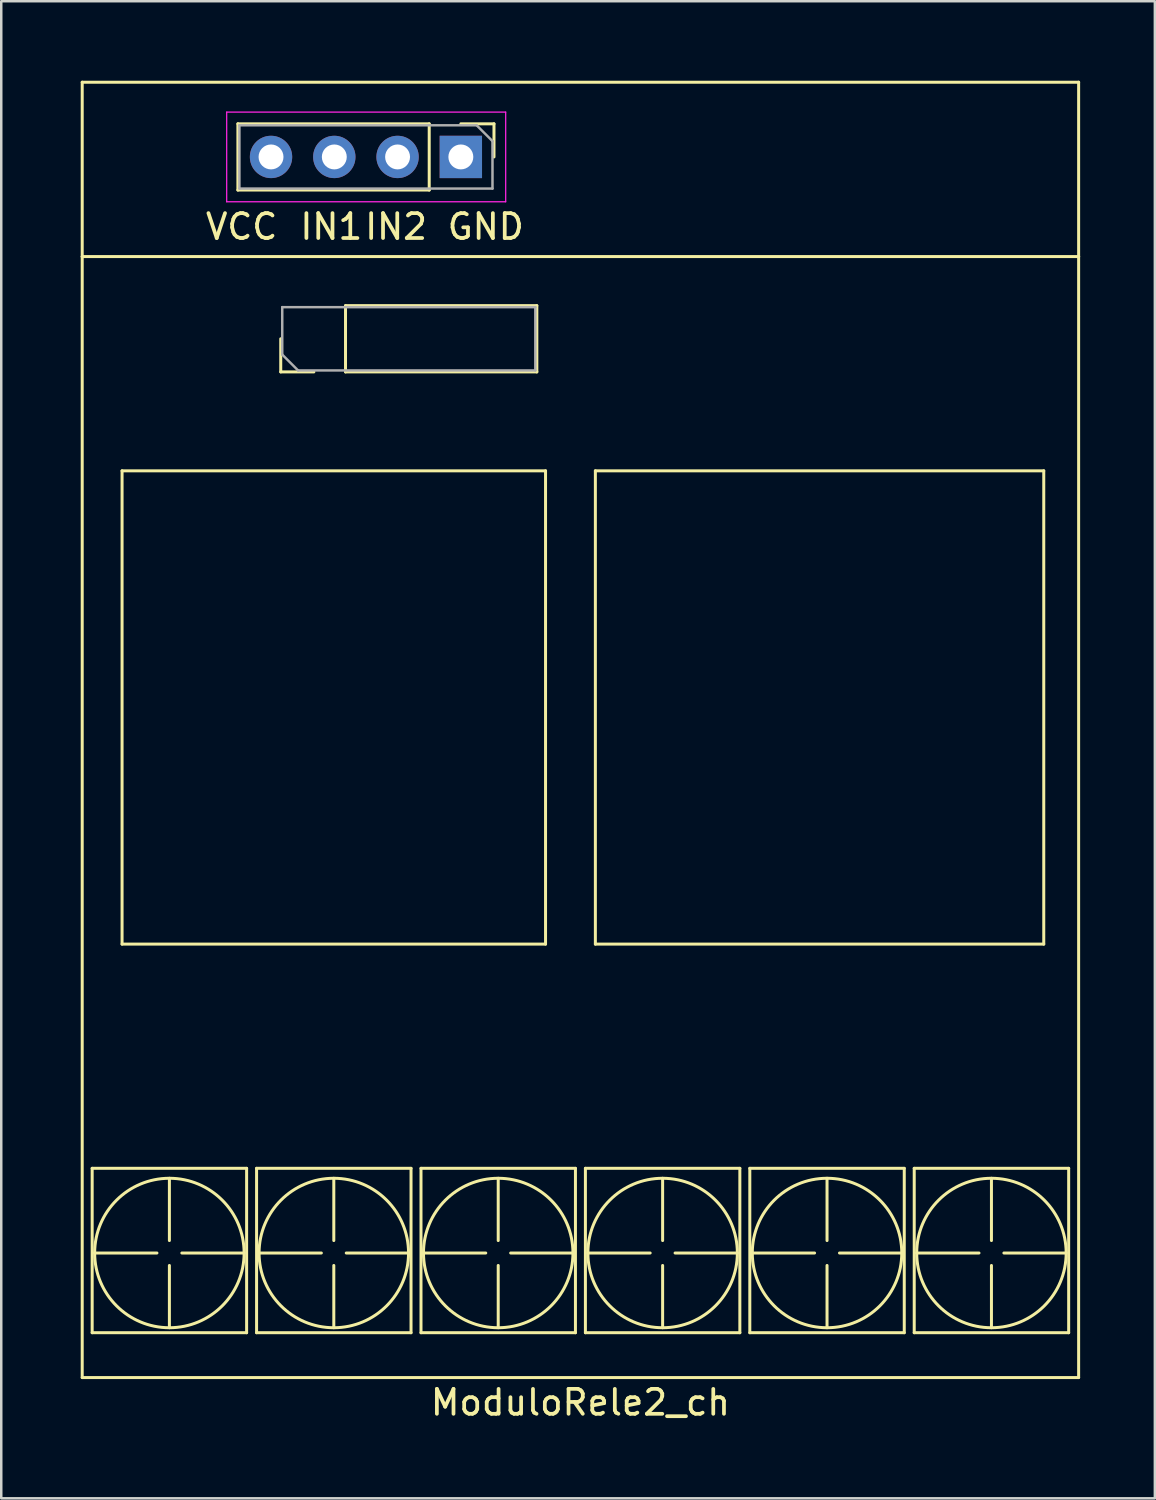
<source format=kicad_pcb>
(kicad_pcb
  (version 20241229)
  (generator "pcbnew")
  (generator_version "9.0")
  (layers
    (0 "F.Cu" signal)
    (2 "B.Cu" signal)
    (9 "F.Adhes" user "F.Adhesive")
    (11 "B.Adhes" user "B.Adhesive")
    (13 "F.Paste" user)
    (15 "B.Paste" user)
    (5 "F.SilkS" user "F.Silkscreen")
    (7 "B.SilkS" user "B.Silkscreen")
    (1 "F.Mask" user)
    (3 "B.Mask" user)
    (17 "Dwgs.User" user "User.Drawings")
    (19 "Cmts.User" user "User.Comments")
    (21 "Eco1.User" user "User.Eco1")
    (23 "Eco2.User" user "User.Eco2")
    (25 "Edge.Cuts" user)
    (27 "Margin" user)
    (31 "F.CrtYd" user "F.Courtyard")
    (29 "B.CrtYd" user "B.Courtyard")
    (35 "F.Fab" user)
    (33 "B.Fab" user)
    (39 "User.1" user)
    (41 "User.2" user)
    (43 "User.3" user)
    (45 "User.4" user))
  (footprint "ModuloRele2_ch"
    (layer "F.Cu")
    (at 0.25 0.25)
    (property "Reference" "ModuloRele2_ch" (at 20 53 0) (layer "F.SilkS") (effects (font (size 1 1) (thickness 0.15))))
    (attr through_hole)
    (fp_line (start 0 0) (end 40 0) (stroke (width 0.12) (type solid)) (layer "F.SilkS"))
    (fp_line (start 0 7) (end 0 0) (stroke (width 0.12) (type solid)) (layer "F.SilkS"))
    (fp_line (start 0 7) (end 40 7) (stroke (width 0.12) (type solid)) (layer "F.SilkS"))
    (fp_line (start 0 52) (end 0 7) (stroke (width 0.12) (type solid)) (layer "F.SilkS"))
    (fp_line (start 0.4 43.6) (end 6.6 43.6) (stroke (width 0.12) (type solid)) (layer "F.SilkS"))
    (fp_line (start 0.4 50.2) (end 0.4 43.6) (stroke (width 0.12) (type solid)) (layer "F.SilkS"))
    (fp_line (start 1.6 15.6) (end 1.6 34.6) (stroke (width 0.12) (type solid)) (layer "F.SilkS"))
    (fp_line (start 1.6 34.6) (end 18.6 34.6) (stroke (width 0.12) (type solid)) (layer "F.SilkS"))
    (fp_line (start 3 47) (end 0.5 47) (stroke (width 0.12) (type solid)) (layer "F.SilkS"))
    (fp_line (start 3.5 46.5) (end 3.5 44) (stroke (width 0.12) (type solid)) (layer "F.SilkS"))
    (fp_line (start 3.5 47.5) (end 3.5 50) (stroke (width 0.12) (type solid)) (layer "F.SilkS"))
    (fp_line (start 4 47) (end 6.5 47) (stroke (width 0.12) (type solid)) (layer "F.SilkS"))
    (fp_line (start 6.25 1.67) (end 6.25 4.33) (stroke (width 0.12) (type solid)) (layer "F.SilkS"))
    (fp_line (start 6.6 43.6) (end 6.6 50.2) (stroke (width 0.12) (type solid)) (layer "F.SilkS"))
    (fp_line (start 6.6 50.2) (end 0.4 50.2) (stroke (width 0.12) (type solid)) (layer "F.SilkS"))
    (fp_line (start 7 43.6) (end 13.2 43.6) (stroke (width 0.12) (type solid)) (layer "F.SilkS"))
    (fp_line (start 7 50.2) (end 7 43.6) (stroke (width 0.12) (type solid)) (layer "F.SilkS"))
    (fp_line (start 7.97 11.63) (end 7.97 10.3) (stroke (width 0.12) (type solid)) (layer "F.SilkS"))
    (fp_line (start 9.3 11.63) (end 7.97 11.63) (stroke (width 0.12) (type solid)) (layer "F.SilkS"))
    (fp_line (start 9.6 47) (end 7.1 47) (stroke (width 0.12) (type solid)) (layer "F.SilkS"))
    (fp_line (start 10.1 46.5) (end 10.1 44) (stroke (width 0.12) (type solid)) (layer "F.SilkS"))
    (fp_line (start 10.1 47.5) (end 10.1 50) (stroke (width 0.12) (type solid)) (layer "F.SilkS"))
    (fp_line (start 10.57 8.97) (end 18.25 8.97) (stroke (width 0.12) (type solid)) (layer "F.SilkS"))
    (fp_line (start 10.57 11.63) (end 10.57 8.97) (stroke (width 0.12) (type solid)) (layer "F.SilkS"))
    (fp_line (start 10.57 11.63) (end 18.25 11.63) (stroke (width 0.12) (type solid)) (layer "F.SilkS"))
    (fp_line (start 10.6 47) (end 13.1 47) (stroke (width 0.12) (type solid)) (layer "F.SilkS"))
    (fp_line (start 13.2 43.6) (end 13.2 50.2) (stroke (width 0.12) (type solid)) (layer "F.SilkS"))
    (fp_line (start 13.2 50.2) (end 7 50.2) (stroke (width 0.12) (type solid)) (layer "F.SilkS"))
    (fp_line (start 13.6 43.6) (end 19.8 43.6) (stroke (width 0.12) (type solid)) (layer "F.SilkS"))
    (fp_line (start 13.6 50.2) (end 13.6 43.6) (stroke (width 0.12) (type solid)) (layer "F.SilkS"))
    (fp_line (start 13.93 1.67) (end 6.25 1.67) (stroke (width 0.12) (type solid)) (layer "F.SilkS"))
    (fp_line (start 13.93 1.67) (end 13.93 4.33) (stroke (width 0.12) (type solid)) (layer "F.SilkS"))
    (fp_line (start 13.93 4.33) (end 6.25 4.33) (stroke (width 0.12) (type solid)) (layer "F.SilkS"))
    (fp_line (start 15.2 1.67) (end 16.53 1.67) (stroke (width 0.12) (type solid)) (layer "F.SilkS"))
    (fp_line (start 16.2 47) (end 13.7 47) (stroke (width 0.12) (type solid)) (layer "F.SilkS"))
    (fp_line (start 16.53 1.67) (end 16.53 3) (stroke (width 0.12) (type solid)) (layer "F.SilkS"))
    (fp_line (start 16.7 46.5) (end 16.7 44) (stroke (width 0.12) (type solid)) (layer "F.SilkS"))
    (fp_line (start 16.7 47.5) (end 16.7 50) (stroke (width 0.12) (type solid)) (layer "F.SilkS"))
    (fp_line (start 17.2 47) (end 19.7 47) (stroke (width 0.12) (type solid)) (layer "F.SilkS"))
    (fp_line (start 18.25 11.63) (end 18.25 8.97) (stroke (width 0.12) (type solid)) (layer "F.SilkS"))
    (fp_line (start 18.6 15.6) (end 1.6 15.6) (stroke (width 0.12) (type solid)) (layer "F.SilkS"))
    (fp_line (start 18.6 34.6) (end 18.6 15.6) (stroke (width 0.12) (type solid)) (layer "F.SilkS"))
    (fp_line (start 19.8 43.6) (end 19.8 50.2) (stroke (width 0.12) (type solid)) (layer "F.SilkS"))
    (fp_line (start 19.8 50.2) (end 13.6 50.2) (stroke (width 0.12) (type solid)) (layer "F.SilkS"))
    (fp_line (start 20.2 43.6) (end 26.4 43.6) (stroke (width 0.12) (type solid)) (layer "F.SilkS"))
    (fp_line (start 20.2 50.2) (end 20.2 43.6) (stroke (width 0.12) (type solid)) (layer "F.SilkS"))
    (fp_line (start 20.6 15.6) (end 38.6 15.6) (stroke (width 0.12) (type solid)) (layer "F.SilkS"))
    (fp_line (start 20.6 34.6) (end 20.6 15.6) (stroke (width 0.12) (type solid)) (layer "F.SilkS"))
    (fp_line (start 22.8 47) (end 20.3 47) (stroke (width 0.12) (type solid)) (layer "F.SilkS"))
    (fp_line (start 23.3 46.5) (end 23.3 44) (stroke (width 0.12) (type solid)) (layer "F.SilkS"))
    (fp_line (start 23.3 47.5) (end 23.3 50) (stroke (width 0.12) (type solid)) (layer "F.SilkS"))
    (fp_line (start 23.8 47) (end 26.3 47) (stroke (width 0.12) (type solid)) (layer "F.SilkS"))
    (fp_line (start 26.4 43.6) (end 26.4 50.2) (stroke (width 0.12) (type solid)) (layer "F.SilkS"))
    (fp_line (start 26.4 50.2) (end 20.2 50.2) (stroke (width 0.12) (type solid)) (layer "F.SilkS"))
    (fp_line (start 26.8 43.6) (end 33 43.6) (stroke (width 0.12) (type solid)) (layer "F.SilkS"))
    (fp_line (start 26.8 50.2) (end 26.8 43.6) (stroke (width 0.12) (type solid)) (layer "F.SilkS"))
    (fp_line (start 29.4 47) (end 26.9 47) (stroke (width 0.12) (type solid)) (layer "F.SilkS"))
    (fp_line (start 29.9 46.5) (end 29.9 44) (stroke (width 0.12) (type solid)) (layer "F.SilkS"))
    (fp_line (start 29.9 47.5) (end 29.9 50) (stroke (width 0.12) (type solid)) (layer "F.SilkS"))
    (fp_line (start 30.4 47) (end 32.9 47) (stroke (width 0.12) (type solid)) (layer "F.SilkS"))
    (fp_line (start 33 43.6) (end 33 50.2) (stroke (width 0.12) (type solid)) (layer "F.SilkS"))
    (fp_line (start 33 50.2) (end 26.8 50.2) (stroke (width 0.12) (type solid)) (layer "F.SilkS"))
    (fp_line (start 33.4 43.6) (end 39.6 43.6) (stroke (width 0.12) (type solid)) (layer "F.SilkS"))
    (fp_line (start 33.4 50.2) (end 33.4 43.6) (stroke (width 0.12) (type solid)) (layer "F.SilkS"))
    (fp_line (start 36 47) (end 33.5 47) (stroke (width 0.12) (type solid)) (layer "F.SilkS"))
    (fp_line (start 36.5 46.5) (end 36.5 44) (stroke (width 0.12) (type solid)) (layer "F.SilkS"))
    (fp_line (start 36.5 47.5) (end 36.5 50) (stroke (width 0.12) (type solid)) (layer "F.SilkS"))
    (fp_line (start 37 47) (end 39.5 47) (stroke (width 0.12) (type solid)) (layer "F.SilkS"))
    (fp_line (start 38.6 15.6) (end 38.6 34.6) (stroke (width 0.12) (type solid)) (layer "F.SilkS"))
    (fp_line (start 38.6 34.6) (end 20.6 34.6) (stroke (width 0.12) (type solid)) (layer "F.SilkS"))
    (fp_line (start 39.6 43.6) (end 39.6 50.2) (stroke (width 0.12) (type solid)) (layer "F.SilkS"))
    (fp_line (start 39.6 50.2) (end 33.4 50.2) (stroke (width 0.12) (type solid)) (layer "F.SilkS"))
    (fp_line (start 40 0) (end 40 7) (stroke (width 0.12) (type solid)) (layer "F.SilkS"))
    (fp_line (start 40 7) (end 40 52) (stroke (width 0.12) (type solid)) (layer "F.SilkS"))
    (fp_line (start 40 52) (end 0 52) (stroke (width 0.12) (type solid)) (layer "F.SilkS"))
    (fp_circle (center 3.5 47) (end 6.5 47) (stroke (width 0.12) (type solid)) (fill no) (layer "F.SilkS"))
    (fp_circle (center 10.1 47) (end 13.1 47) (stroke (width 0.12) (type solid)) (fill no) (layer "F.SilkS"))
    (fp_circle (center 16.7 47) (end 19.7 47) (stroke (width 0.12) (type solid)) (fill no) (layer "F.SilkS"))
    (fp_circle (center 23.3 47) (end 26.3 47) (stroke (width 0.12) (type solid)) (fill no) (layer "F.SilkS"))
    (fp_circle (center 29.9 47) (end 32.9 47) (stroke (width 0.12) (type solid)) (fill no) (layer "F.SilkS"))
    (fp_circle (center 36.5 47) (end 39.5 47) (stroke (width 0.12) (type solid)) (fill no) (layer "F.SilkS"))
    (fp_line (start 5.8 1.2) (end 5.8 4.8) (stroke (width 0.05) (type solid)) (layer "F.CrtYd"))
    (fp_line (start 5.8 4.8) (end 17 4.8) (stroke (width 0.05) (type solid)) (layer "F.CrtYd"))
    (fp_line (start 17 1.2) (end 5.8 1.2) (stroke (width 0.05) (type solid)) (layer "F.CrtYd"))
    (fp_line (start 17 4.8) (end 17 1.2) (stroke (width 0.05) (type solid)) (layer "F.CrtYd"))
    (fp_line (start 6.31 1.73) (end 15.835 1.73) (stroke (width 0.1) (type solid)) (layer "F.Fab"))
    (fp_line (start 6.31 4.27) (end 6.31 1.73) (stroke (width 0.1) (type solid)) (layer "F.Fab"))
    (fp_line (start 8.03 9.03) (end 18.19 9.03) (stroke (width 0.1) (type solid)) (layer "F.Fab"))
    (fp_line (start 8.03 10.935) (end 8.03 9.03) (stroke (width 0.1) (type solid)) (layer "F.Fab"))
    (fp_line (start 8.665 11.57) (end 8.03 10.935) (stroke (width 0.1) (type solid)) (layer "F.Fab"))
    (fp_line (start 15.835 1.73) (end 16.47 2.365) (stroke (width 0.1) (type solid)) (layer "F.Fab"))
    (fp_line (start 16.47 2.365) (end 16.47 4.27) (stroke (width 0.1) (type solid)) (layer "F.Fab"))
    (fp_line (start 16.47 4.27) (end 6.31 4.27) (stroke (width 0.1) (type solid)) (layer "F.Fab"))
    (fp_line (start 18.19 9.03) (end 18.19 11.57) (stroke (width 0.1) (type solid)) (layer "F.Fab"))
    (fp_line (start 18.19 11.57) (end 8.665 11.57) (stroke (width 0.1) (type solid)) (layer "F.Fab"))
    (fp_text user "VCC" (at 6.4 5.8 180) (layer "F.SilkS") (effects (font (size 1 1) (thickness 0.15))))
    (fp_text user "IN2" (at 12.6 5.8 180) (layer "F.SilkS") (effects (font (size 1 1) (thickness 0.15))))
    (fp_text user "IN1" (at 10 5.8 180) (layer "F.SilkS") (effects (font (size 1 1) (thickness 0.15))))
    (fp_text user "GND" (at 16.2 5.8 180) (layer "F.SilkS") (effects (font (size 1 1) (thickness 0.15))))
    (pad "1" thru_hole rect (at 15.2 3 270) (size 1.7 1.7) (drill 1) (layers "*.Cu" "*.Mask"))
    (pad "2" thru_hole oval (at 12.66 3 270) (size 1.7 1.7) (drill 1) (layers "*.Cu" "*.Mask"))
    (pad "3" thru_hole oval (at 10.12 3 270) (size 1.7 1.7) (drill 1) (layers "*.Cu" "*.Mask"))
    (pad "4" thru_hole oval (at 7.58 3 270) (size 1.7 1.7) (drill 1) (layers "*.Cu" "*.Mask")))
  (gr_rect
    (start -3 -3)
    (end 43.31 57.098)
    (stroke (width 0.1) (type default))
    (fill no)
    (layer "Edge.Cuts")))
</source>
